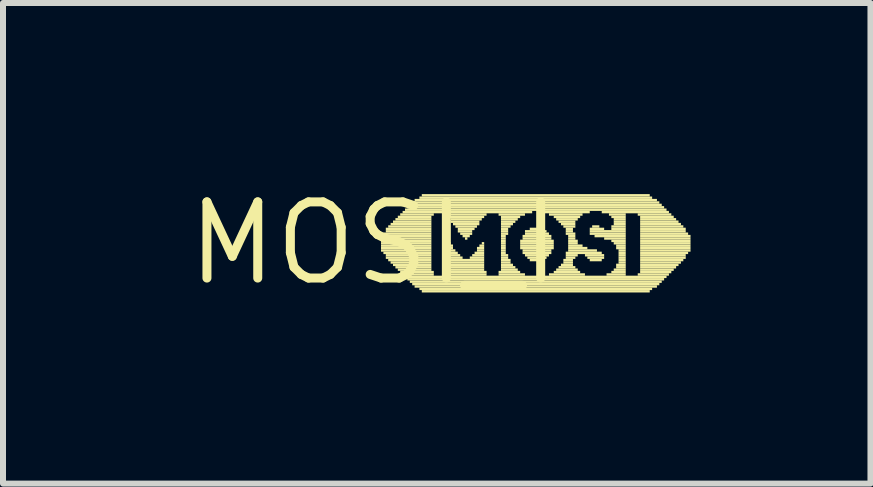
<source format=kicad_pcb>
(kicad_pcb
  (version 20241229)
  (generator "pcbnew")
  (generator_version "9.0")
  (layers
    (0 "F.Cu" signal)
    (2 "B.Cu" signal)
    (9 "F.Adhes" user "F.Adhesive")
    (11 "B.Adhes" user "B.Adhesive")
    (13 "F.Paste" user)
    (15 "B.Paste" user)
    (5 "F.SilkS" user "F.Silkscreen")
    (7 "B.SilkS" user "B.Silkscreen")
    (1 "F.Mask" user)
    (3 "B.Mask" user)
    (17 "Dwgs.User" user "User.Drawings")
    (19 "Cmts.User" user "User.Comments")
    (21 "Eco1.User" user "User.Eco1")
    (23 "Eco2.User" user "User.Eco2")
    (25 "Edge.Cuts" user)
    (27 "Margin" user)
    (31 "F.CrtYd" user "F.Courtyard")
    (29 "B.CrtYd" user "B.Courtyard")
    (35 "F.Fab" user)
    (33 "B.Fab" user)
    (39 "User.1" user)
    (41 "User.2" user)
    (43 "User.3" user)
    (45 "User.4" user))
  (footprint "MOSI_I"
    (layer "F.Cu")
    (at 3.182 1.006)
    (property "Reference" "MOSI_I" (at 0 0 0) (layer "F.SilkS") (effects (font (size 1.27 1.27) (thickness 0.15))))
    (fp_poly (pts (xy 0.12 -0.1) (xy 0.96 -0.1) (xy 0.96 -0.14) (xy 0.12 -0.14)) (stroke (width 0) (type default)) (fill yes) (layer "F.SilkS"))
    (fp_poly (pts (xy 0.12 -0.06) (xy 0.96 -0.06) (xy 0.96 -0.1) (xy 0.12 -0.1)) (stroke (width 0) (type default)) (fill yes) (layer "F.SilkS"))
    (fp_poly (pts (xy 0.12 -0.02) (xy 0.96 -0.02) (xy 0.96 -0.06) (xy 0.12 -0.06)) (stroke (width 0) (type default)) (fill yes) (layer "F.SilkS"))
    (fp_poly (pts (xy 0.12 0.02) (xy 0.96 0.02) (xy 0.96 -0.02) (xy 0.12 -0.02)) (stroke (width 0) (type default)) (fill yes) (layer "F.SilkS"))
    (fp_poly (pts (xy 0.12 0.06) (xy 0.96 0.06) (xy 0.96 0.02) (xy 0.12 0.02)) (stroke (width 0) (type default)) (fill yes) (layer "F.SilkS"))
    (fp_poly (pts (xy 0.12 0.1) (xy 0.96 0.1) (xy 0.96 0.06) (xy 0.12 0.06)) (stroke (width 0) (type default)) (fill yes) (layer "F.SilkS"))
    (fp_poly (pts (xy 0.12 0.14) (xy 0.96 0.14) (xy 0.96 0.1) (xy 0.12 0.1)) (stroke (width 0) (type default)) (fill yes) (layer "F.SilkS"))
    (fp_poly (pts (xy 0.16 -0.14) (xy 0.96 -0.14) (xy 0.96 -0.18) (xy 0.16 -0.18)) (stroke (width 0) (type default)) (fill yes) (layer "F.SilkS"))
    (fp_poly (pts (xy 0.16 0.18) (xy 0.96 0.18) (xy 0.96 0.14) (xy 0.16 0.14)) (stroke (width 0) (type default)) (fill yes) (layer "F.SilkS"))
    (fp_poly (pts (xy 0.2 -0.22) (xy 0.96 -0.22) (xy 0.96 -0.26) (xy 0.2 -0.26)) (stroke (width 0) (type default)) (fill yes) (layer "F.SilkS"))
    (fp_poly (pts (xy 0.2 -0.18) (xy 0.96 -0.18) (xy 0.96 -0.22) (xy 0.2 -0.22)) (stroke (width 0) (type default)) (fill yes) (layer "F.SilkS"))
    (fp_poly (pts (xy 0.2 0.22) (xy 0.96 0.22) (xy 0.96 0.18) (xy 0.2 0.18)) (stroke (width 0) (type default)) (fill yes) (layer "F.SilkS"))
    (fp_poly (pts (xy 0.2 0.26) (xy 0.96 0.26) (xy 0.96 0.22) (xy 0.2 0.22)) (stroke (width 0) (type default)) (fill yes) (layer "F.SilkS"))
    (fp_poly (pts (xy 0.24 -0.26) (xy 0.96 -0.26) (xy 0.96 -0.3) (xy 0.24 -0.3)) (stroke (width 0) (type default)) (fill yes) (layer "F.SilkS"))
    (fp_poly (pts (xy 0.24 0.3) (xy 0.96 0.3) (xy 0.96 0.26) (xy 0.24 0.26)) (stroke (width 0) (type default)) (fill yes) (layer "F.SilkS"))
    (fp_poly (pts (xy 0.28 -0.3) (xy 0.96 -0.3) (xy 0.96 -0.34) (xy 0.28 -0.34)) (stroke (width 0) (type default)) (fill yes) (layer "F.SilkS"))
    (fp_poly (pts (xy 0.28 0.34) (xy 0.96 0.34) (xy 0.96 0.3) (xy 0.28 0.3)) (stroke (width 0) (type default)) (fill yes) (layer "F.SilkS"))
    (fp_poly (pts (xy 0.32 -0.34) (xy 0.96 -0.34) (xy 0.96 -0.38) (xy 0.32 -0.38)) (stroke (width 0) (type default)) (fill yes) (layer "F.SilkS"))
    (fp_poly (pts (xy 0.32 0.38) (xy 0.96 0.38) (xy 0.96 0.34) (xy 0.32 0.34)) (stroke (width 0) (type default)) (fill yes) (layer "F.SilkS"))
    (fp_poly (pts (xy 0.36 -0.38) (xy 0.96 -0.38) (xy 0.96 -0.42) (xy 0.36 -0.42)) (stroke (width 0) (type default)) (fill yes) (layer "F.SilkS"))
    (fp_poly (pts (xy 0.36 0.42) (xy 0.96 0.42) (xy 0.96 0.38) (xy 0.36 0.38)) (stroke (width 0) (type default)) (fill yes) (layer "F.SilkS"))
    (fp_poly (pts (xy 0.4 -0.42) (xy 0.96 -0.42) (xy 0.96 -0.46) (xy 0.4 -0.46)) (stroke (width 0) (type default)) (fill yes) (layer "F.SilkS"))
    (fp_poly (pts (xy 0.4 0.46) (xy 0.96 0.46) (xy 0.96 0.42) (xy 0.4 0.42)) (stroke (width 0) (type default)) (fill yes) (layer "F.SilkS"))
    (fp_poly (pts (xy 0.44 -0.46) (xy 1 -0.46) (xy 1 -0.5) (xy 0.44 -0.5)) (stroke (width 0) (type default)) (fill yes) (layer "F.SilkS"))
    (fp_poly (pts (xy 0.44 0.5) (xy 1 0.5) (xy 1 0.46) (xy 0.44 0.46)) (stroke (width 0) (type default)) (fill yes) (layer "F.SilkS"))
    (fp_poly (pts (xy 0.48 -0.5) (xy 2.64 -0.5) (xy 2.64 -0.54) (xy 0.48 -0.54)) (stroke (width 0) (type default)) (fill yes) (layer "F.SilkS"))
    (fp_poly (pts (xy 0.48 0.54) (xy 1 0.54) (xy 1 0.5) (xy 0.48 0.5)) (stroke (width 0) (type default)) (fill yes) (layer "F.SilkS"))
    (fp_poly (pts (xy 0.52 -0.54) (xy 4.88 -0.54) (xy 4.88 -0.58) (xy 0.52 -0.58)) (stroke (width 0) (type default)) (fill yes) (layer "F.SilkS"))
    (fp_poly (pts (xy 0.52 0.58) (xy 4.88 0.58) (xy 4.88 0.54) (xy 0.52 0.54)) (stroke (width 0) (type default)) (fill yes) (layer "F.SilkS"))
    (fp_poly (pts (xy 0.56 -0.58) (xy 4.84 -0.58) (xy 4.84 -0.62) (xy 0.56 -0.62)) (stroke (width 0) (type default)) (fill yes) (layer "F.SilkS"))
    (fp_poly (pts (xy 0.56 0.62) (xy 4.84 0.62) (xy 4.84 0.58) (xy 0.56 0.58)) (stroke (width 0) (type default)) (fill yes) (layer "F.SilkS"))
    (fp_poly (pts (xy 0.6 -0.62) (xy 4.8 -0.62) (xy 4.8 -0.66) (xy 0.6 -0.66)) (stroke (width 0) (type default)) (fill yes) (layer "F.SilkS"))
    (fp_poly (pts (xy 0.6 0.66) (xy 4.8 0.66) (xy 4.8 0.62) (xy 0.6 0.62)) (stroke (width 0) (type default)) (fill yes) (layer "F.SilkS"))
    (fp_poly (pts (xy 0.64 -0.66) (xy 4.76 -0.66) (xy 4.76 -0.7) (xy 0.64 -0.7)) (stroke (width 0) (type default)) (fill yes) (layer "F.SilkS"))
    (fp_poly (pts (xy 0.64 0.7) (xy 4.76 0.7) (xy 4.76 0.66) (xy 0.64 0.66)) (stroke (width 0) (type default)) (fill yes) (layer "F.SilkS"))
    (fp_poly (pts (xy 0.68 -0.7) (xy 4.72 -0.7) (xy 4.72 -0.74) (xy 0.68 -0.74)) (stroke (width 0) (type default)) (fill yes) (layer "F.SilkS"))
    (fp_poly (pts (xy 0.68 0.74) (xy 4.72 0.74) (xy 4.72 0.7) (xy 0.68 0.7)) (stroke (width 0) (type default)) (fill yes) (layer "F.SilkS"))
    (fp_poly (pts (xy 0.76 -0.74) (xy 4.64 -0.74) (xy 4.64 -0.78) (xy 0.76 -0.78)) (stroke (width 0) (type default)) (fill yes) (layer "F.SilkS"))
    (fp_poly (pts (xy 0.76 0.78) (xy 4.64 0.78) (xy 4.64 0.74) (xy 0.76 0.74)) (stroke (width 0) (type default)) (fill yes) (layer "F.SilkS"))
    (fp_poly (pts (xy 0.8 -0.78) (xy 4.6 -0.78) (xy 4.6 -0.82) (xy 0.8 -0.82)) (stroke (width 0) (type default)) (fill yes) (layer "F.SilkS"))
    (fp_poly (pts (xy 0.8 0.82) (xy 4.6 0.82) (xy 4.6 0.78) (xy 0.8 0.78)) (stroke (width 0) (type default)) (fill yes) (layer "F.SilkS"))
    (fp_poly (pts (xy 1.2 -0.46) (xy 1.88 -0.46) (xy 1.88 -0.5) (xy 1.2 -0.5)) (stroke (width 0) (type default)) (fill yes) (layer "F.SilkS"))
    (fp_poly (pts (xy 1.2 0.5) (xy 1.88 0.5) (xy 1.88 0.46) (xy 1.2 0.46)) (stroke (width 0) (type default)) (fill yes) (layer "F.SilkS"))
    (fp_poly (pts (xy 1.2 0.54) (xy 1.88 0.54) (xy 1.88 0.5) (xy 1.2 0.5)) (stroke (width 0) (type default)) (fill yes) (layer "F.SilkS"))
    (fp_poly (pts (xy 1.24 -0.42) (xy 1.84 -0.42) (xy 1.84 -0.46) (xy 1.24 -0.46)) (stroke (width 0) (type default)) (fill yes) (layer "F.SilkS"))
    (fp_poly (pts (xy 1.24 0.02) (xy 1.28 0.02) (xy 1.28 -0.02) (xy 1.24 -0.02)) (stroke (width 0) (type default)) (fill yes) (layer "F.SilkS"))
    (fp_poly (pts (xy 1.24 0.06) (xy 1.32 0.06) (xy 1.32 0.02) (xy 1.24 0.02)) (stroke (width 0) (type default)) (fill yes) (layer "F.SilkS"))
    (fp_poly (pts (xy 1.24 0.1) (xy 1.32 0.1) (xy 1.32 0.06) (xy 1.24 0.06)) (stroke (width 0) (type default)) (fill yes) (layer "F.SilkS"))
    (fp_poly (pts (xy 1.24 0.14) (xy 1.36 0.14) (xy 1.36 0.1) (xy 1.24 0.1)) (stroke (width 0) (type default)) (fill yes) (layer "F.SilkS"))
    (fp_poly (pts (xy 1.24 0.18) (xy 1.4 0.18) (xy 1.4 0.14) (xy 1.24 0.14)) (stroke (width 0) (type default)) (fill yes) (layer "F.SilkS"))
    (fp_poly (pts (xy 1.24 0.22) (xy 1.44 0.22) (xy 1.44 0.18) (xy 1.24 0.18)) (stroke (width 0) (type default)) (fill yes) (layer "F.SilkS"))
    (fp_poly (pts (xy 1.24 0.26) (xy 1.48 0.26) (xy 1.48 0.22) (xy 1.24 0.22)) (stroke (width 0) (type default)) (fill yes) (layer "F.SilkS"))
    (fp_poly (pts (xy 1.24 0.3) (xy 1.84 0.3) (xy 1.84 0.26) (xy 1.24 0.26)) (stroke (width 0) (type default)) (fill yes) (layer "F.SilkS"))
    (fp_poly (pts (xy 1.24 0.34) (xy 1.84 0.34) (xy 1.84 0.3) (xy 1.24 0.3)) (stroke (width 0) (type default)) (fill yes) (layer "F.SilkS"))
    (fp_poly (pts (xy 1.24 0.38) (xy 1.84 0.38) (xy 1.84 0.34) (xy 1.24 0.34)) (stroke (width 0) (type default)) (fill yes) (layer "F.SilkS"))
    (fp_poly (pts (xy 1.24 0.42) (xy 1.84 0.42) (xy 1.84 0.38) (xy 1.24 0.38)) (stroke (width 0) (type default)) (fill yes) (layer "F.SilkS"))
    (fp_poly (pts (xy 1.24 0.46) (xy 1.84 0.46) (xy 1.84 0.42) (xy 1.24 0.42)) (stroke (width 0) (type default)) (fill yes) (layer "F.SilkS"))
    (fp_poly (pts (xy 1.28 -0.38) (xy 1.8 -0.38) (xy 1.8 -0.42) (xy 1.28 -0.42)) (stroke (width 0) (type default)) (fill yes) (layer "F.SilkS"))
    (fp_poly (pts (xy 1.28 -0.34) (xy 1.76 -0.34) (xy 1.76 -0.38) (xy 1.28 -0.38)) (stroke (width 0) (type default)) (fill yes) (layer "F.SilkS"))
    (fp_poly (pts (xy 1.32 -0.3) (xy 1.76 -0.3) (xy 1.76 -0.34) (xy 1.32 -0.34)) (stroke (width 0) (type default)) (fill yes) (layer "F.SilkS"))
    (fp_poly (pts (xy 1.36 -0.26) (xy 1.72 -0.26) (xy 1.72 -0.3) (xy 1.36 -0.3)) (stroke (width 0) (type default)) (fill yes) (layer "F.SilkS"))
    (fp_poly (pts (xy 1.4 -0.22) (xy 1.68 -0.22) (xy 1.68 -0.26) (xy 1.4 -0.26)) (stroke (width 0) (type default)) (fill yes) (layer "F.SilkS"))
    (fp_poly (pts (xy 1.4 -0.18) (xy 1.64 -0.18) (xy 1.64 -0.22) (xy 1.4 -0.22)) (stroke (width 0) (type default)) (fill yes) (layer "F.SilkS"))
    (fp_poly (pts (xy 1.44 -0.14) (xy 1.64 -0.14) (xy 1.64 -0.18) (xy 1.44 -0.18)) (stroke (width 0) (type default)) (fill yes) (layer "F.SilkS"))
    (fp_poly (pts (xy 1.48 -0.1) (xy 1.6 -0.1) (xy 1.6 -0.14) (xy 1.48 -0.14)) (stroke (width 0) (type default)) (fill yes) (layer "F.SilkS"))
    (fp_poly (pts (xy 1.52 -0.06) (xy 1.56 -0.06) (xy 1.56 -0.1) (xy 1.52 -0.1)) (stroke (width 0) (type default)) (fill yes) (layer "F.SilkS"))
    (fp_poly (pts (xy 1.6 0.26) (xy 1.84 0.26) (xy 1.84 0.22) (xy 1.6 0.22)) (stroke (width 0) (type default)) (fill yes) (layer "F.SilkS"))
    (fp_poly (pts (xy 1.64 0.22) (xy 1.84 0.22) (xy 1.84 0.18) (xy 1.64 0.18)) (stroke (width 0) (type default)) (fill yes) (layer "F.SilkS"))
    (fp_poly (pts (xy 1.68 0.18) (xy 1.84 0.18) (xy 1.84 0.14) (xy 1.68 0.14)) (stroke (width 0) (type default)) (fill yes) (layer "F.SilkS"))
    (fp_poly (pts (xy 1.72 0.1) (xy 1.84 0.1) (xy 1.84 0.06) (xy 1.72 0.06)) (stroke (width 0) (type default)) (fill yes) (layer "F.SilkS"))
    (fp_poly (pts (xy 1.72 0.14) (xy 1.84 0.14) (xy 1.84 0.1) (xy 1.72 0.1)) (stroke (width 0) (type default)) (fill yes) (layer "F.SilkS"))
    (fp_poly (pts (xy 1.76 0.06) (xy 1.84 0.06) (xy 1.84 0.02) (xy 1.76 0.02)) (stroke (width 0) (type default)) (fill yes) (layer "F.SilkS"))
    (fp_poly (pts (xy 1.8 0.02) (xy 1.84 0.02) (xy 1.84 -0.02) (xy 1.8 -0.02)) (stroke (width 0) (type default)) (fill yes) (layer "F.SilkS"))
    (fp_poly (pts (xy 2.08 -0.46) (xy 2.52 -0.46) (xy 2.52 -0.5) (xy 2.08 -0.5)) (stroke (width 0) (type default)) (fill yes) (layer "F.SilkS"))
    (fp_poly (pts (xy 2.08 0.5) (xy 2.44 0.5) (xy 2.44 0.46) (xy 2.08 0.46)) (stroke (width 0) (type default)) (fill yes) (layer "F.SilkS"))
    (fp_poly (pts (xy 2.08 0.54) (xy 2.52 0.54) (xy 2.52 0.5) (xy 2.08 0.5)) (stroke (width 0) (type default)) (fill yes) (layer "F.SilkS"))
    (fp_poly (pts (xy 2.12 -0.42) (xy 2.44 -0.42) (xy 2.44 -0.46) (xy 2.12 -0.46)) (stroke (width 0) (type default)) (fill yes) (layer "F.SilkS"))
    (fp_poly (pts (xy 2.12 -0.38) (xy 2.4 -0.38) (xy 2.4 -0.42) (xy 2.12 -0.42)) (stroke (width 0) (type default)) (fill yes) (layer "F.SilkS"))
    (fp_poly (pts (xy 2.12 -0.34) (xy 2.36 -0.34) (xy 2.36 -0.38) (xy 2.12 -0.38)) (stroke (width 0) (type default)) (fill yes) (layer "F.SilkS"))
    (fp_poly (pts (xy 2.12 -0.3) (xy 2.32 -0.3) (xy 2.32 -0.34) (xy 2.12 -0.34)) (stroke (width 0) (type default)) (fill yes) (layer "F.SilkS"))
    (fp_poly (pts (xy 2.12 -0.26) (xy 2.28 -0.26) (xy 2.28 -0.3) (xy 2.12 -0.3)) (stroke (width 0) (type default)) (fill yes) (layer "F.SilkS"))
    (fp_poly (pts (xy 2.12 -0.22) (xy 2.24 -0.22) (xy 2.24 -0.26) (xy 2.12 -0.26)) (stroke (width 0) (type default)) (fill yes) (layer "F.SilkS"))
    (fp_poly (pts (xy 2.12 -0.18) (xy 2.24 -0.18) (xy 2.24 -0.22) (xy 2.12 -0.22)) (stroke (width 0) (type default)) (fill yes) (layer "F.SilkS"))
    (fp_poly (pts (xy 2.12 -0.14) (xy 2.24 -0.14) (xy 2.24 -0.18) (xy 2.12 -0.18)) (stroke (width 0) (type default)) (fill yes) (layer "F.SilkS"))
    (fp_poly (pts (xy 2.12 -0.1) (xy 2.2 -0.1) (xy 2.2 -0.14) (xy 2.12 -0.14)) (stroke (width 0) (type default)) (fill yes) (layer "F.SilkS"))
    (fp_poly (pts (xy 2.12 -0.06) (xy 2.2 -0.06) (xy 2.2 -0.1) (xy 2.12 -0.1)) (stroke (width 0) (type default)) (fill yes) (layer "F.SilkS"))
    (fp_poly (pts (xy 2.12 -0.02) (xy 2.2 -0.02) (xy 2.2 -0.06) (xy 2.12 -0.06)) (stroke (width 0) (type default)) (fill yes) (layer "F.SilkS"))
    (fp_poly (pts (xy 2.12 0.02) (xy 2.2 0.02) (xy 2.2 -0.02) (xy 2.12 -0.02)) (stroke (width 0) (type default)) (fill yes) (layer "F.SilkS"))
    (fp_poly (pts (xy 2.12 0.06) (xy 2.2 0.06) (xy 2.2 0.02) (xy 2.12 0.02)) (stroke (width 0) (type default)) (fill yes) (layer "F.SilkS"))
    (fp_poly (pts (xy 2.12 0.1) (xy 2.2 0.1) (xy 2.2 0.06) (xy 2.12 0.06)) (stroke (width 0) (type default)) (fill yes) (layer "F.SilkS"))
    (fp_poly (pts (xy 2.12 0.14) (xy 2.2 0.14) (xy 2.2 0.1) (xy 2.12 0.1)) (stroke (width 0) (type default)) (fill yes) (layer "F.SilkS"))
    (fp_poly (pts (xy 2.12 0.18) (xy 2.2 0.18) (xy 2.2 0.14) (xy 2.12 0.14)) (stroke (width 0) (type default)) (fill yes) (layer "F.SilkS"))
    (fp_poly (pts (xy 2.12 0.22) (xy 2.24 0.22) (xy 2.24 0.18) (xy 2.12 0.18)) (stroke (width 0) (type default)) (fill yes) (layer "F.SilkS"))
    (fp_poly (pts (xy 2.12 0.26) (xy 2.24 0.26) (xy 2.24 0.22) (xy 2.12 0.22)) (stroke (width 0) (type default)) (fill yes) (layer "F.SilkS"))
    (fp_poly (pts (xy 2.12 0.3) (xy 2.28 0.3) (xy 2.28 0.26) (xy 2.12 0.26)) (stroke (width 0) (type default)) (fill yes) (layer "F.SilkS"))
    (fp_poly (pts (xy 2.12 0.34) (xy 2.28 0.34) (xy 2.28 0.3) (xy 2.12 0.3)) (stroke (width 0) (type default)) (fill yes) (layer "F.SilkS"))
    (fp_poly (pts (xy 2.12 0.38) (xy 2.32 0.38) (xy 2.32 0.34) (xy 2.12 0.34)) (stroke (width 0) (type default)) (fill yes) (layer "F.SilkS"))
    (fp_poly (pts (xy 2.12 0.42) (xy 2.36 0.42) (xy 2.36 0.38) (xy 2.12 0.38)) (stroke (width 0) (type default)) (fill yes) (layer "F.SilkS"))
    (fp_poly (pts (xy 2.12 0.46) (xy 2.4 0.46) (xy 2.4 0.42) (xy 2.12 0.42)) (stroke (width 0) (type default)) (fill yes) (layer "F.SilkS"))
    (fp_poly (pts (xy 2.44 -0.02) (xy 3 -0.02) (xy 3 -0.06) (xy 2.44 -0.06)) (stroke (width 0) (type default)) (fill yes) (layer "F.SilkS"))
    (fp_poly (pts (xy 2.44 0.02) (xy 3 0.02) (xy 3 -0.02) (xy 2.44 -0.02)) (stroke (width 0) (type default)) (fill yes) (layer "F.SilkS"))
    (fp_poly (pts (xy 2.44 0.06) (xy 3 0.06) (xy 3 0.02) (xy 2.44 0.02)) (stroke (width 0) (type default)) (fill yes) (layer "F.SilkS"))
    (fp_poly (pts (xy 2.44 0.1) (xy 3 0.1) (xy 3 0.06) (xy 2.44 0.06)) (stroke (width 0) (type default)) (fill yes) (layer "F.SilkS"))
    (fp_poly (pts (xy 2.48 -0.1) (xy 2.96 -0.1) (xy 2.96 -0.14) (xy 2.48 -0.14)) (stroke (width 0) (type default)) (fill yes) (layer "F.SilkS"))
    (fp_poly (pts (xy 2.48 -0.06) (xy 2.96 -0.06) (xy 2.96 -0.1) (xy 2.48 -0.1)) (stroke (width 0) (type default)) (fill yes) (layer "F.SilkS"))
    (fp_poly (pts (xy 2.48 0.14) (xy 2.96 0.14) (xy 2.96 0.1) (xy 2.48 0.1)) (stroke (width 0) (type default)) (fill yes) (layer "F.SilkS"))
    (fp_poly (pts (xy 2.48 0.18) (xy 2.96 0.18) (xy 2.96 0.14) (xy 2.48 0.14)) (stroke (width 0) (type default)) (fill yes) (layer "F.SilkS"))
    (fp_poly (pts (xy 2.52 -0.18) (xy 2.88 -0.18) (xy 2.88 -0.22) (xy 2.52 -0.22)) (stroke (width 0) (type default)) (fill yes) (layer "F.SilkS"))
    (fp_poly (pts (xy 2.52 -0.14) (xy 2.92 -0.14) (xy 2.92 -0.18) (xy 2.52 -0.18)) (stroke (width 0) (type default)) (fill yes) (layer "F.SilkS"))
    (fp_poly (pts (xy 2.52 0.22) (xy 2.92 0.22) (xy 2.92 0.18) (xy 2.52 0.18)) (stroke (width 0) (type default)) (fill yes) (layer "F.SilkS"))
    (fp_poly (pts (xy 2.56 0.26) (xy 2.88 0.26) (xy 2.88 0.22) (xy 2.56 0.22)) (stroke (width 0) (type default)) (fill yes) (layer "F.SilkS"))
    (fp_poly (pts (xy 2.6 -0.22) (xy 2.84 -0.22) (xy 2.84 -0.26) (xy 2.6 -0.26)) (stroke (width 0) (type default)) (fill yes) (layer "F.SilkS"))
    (fp_poly (pts (xy 2.6 0.3) (xy 2.84 0.3) (xy 2.84 0.26) (xy 2.6 0.26)) (stroke (width 0) (type default)) (fill yes) (layer "F.SilkS"))
    (fp_poly (pts (xy 2.8 -0.5) (xy 3.6 -0.5) (xy 3.6 -0.54) (xy 2.8 -0.54)) (stroke (width 0) (type default)) (fill yes) (layer "F.SilkS"))
    (fp_poly (pts (xy 2.92 -0.46) (xy 3.48 -0.46) (xy 3.48 -0.5) (xy 2.92 -0.5)) (stroke (width 0) (type default)) (fill yes) (layer "F.SilkS"))
    (fp_poly (pts (xy 2.92 0.54) (xy 3.52 0.54) (xy 3.52 0.5) (xy 2.92 0.5)) (stroke (width 0) (type default)) (fill yes) (layer "F.SilkS"))
    (fp_poly (pts (xy 3 -0.42) (xy 3.44 -0.42) (xy 3.44 -0.46) (xy 3 -0.46)) (stroke (width 0) (type default)) (fill yes) (layer "F.SilkS"))
    (fp_poly (pts (xy 3 0.5) (xy 3.44 0.5) (xy 3.44 0.46) (xy 3 0.46)) (stroke (width 0) (type default)) (fill yes) (layer "F.SilkS"))
    (fp_poly (pts (xy 3.04 -0.38) (xy 3.4 -0.38) (xy 3.4 -0.42) (xy 3.04 -0.42)) (stroke (width 0) (type default)) (fill yes) (layer "F.SilkS"))
    (fp_poly (pts (xy 3.04 0.46) (xy 3.4 0.46) (xy 3.4 0.42) (xy 3.04 0.42)) (stroke (width 0) (type default)) (fill yes) (layer "F.SilkS"))
    (fp_poly (pts (xy 3.08 -0.34) (xy 3.36 -0.34) (xy 3.36 -0.38) (xy 3.08 -0.38)) (stroke (width 0) (type default)) (fill yes) (layer "F.SilkS"))
    (fp_poly (pts (xy 3.08 0.42) (xy 3.36 0.42) (xy 3.36 0.38) (xy 3.08 0.38)) (stroke (width 0) (type default)) (fill yes) (layer "F.SilkS"))
    (fp_poly (pts (xy 3.12 -0.3) (xy 3.36 -0.3) (xy 3.36 -0.34) (xy 3.12 -0.34)) (stroke (width 0) (type default)) (fill yes) (layer "F.SilkS"))
    (fp_poly (pts (xy 3.12 0.38) (xy 3.32 0.38) (xy 3.32 0.34) (xy 3.12 0.34)) (stroke (width 0) (type default)) (fill yes) (layer "F.SilkS"))
    (fp_poly (pts (xy 3.16 -0.26) (xy 3.36 -0.26) (xy 3.36 -0.3) (xy 3.16 -0.3)) (stroke (width 0) (type default)) (fill yes) (layer "F.SilkS"))
    (fp_poly (pts (xy 3.16 0.3) (xy 3.32 0.3) (xy 3.32 0.26) (xy 3.16 0.26)) (stroke (width 0) (type default)) (fill yes) (layer "F.SilkS"))
    (fp_poly (pts (xy 3.16 0.34) (xy 3.32 0.34) (xy 3.32 0.3) (xy 3.16 0.3)) (stroke (width 0) (type default)) (fill yes) (layer "F.SilkS"))
    (fp_poly (pts (xy 3.2 -0.22) (xy 3.32 -0.22) (xy 3.32 -0.26) (xy 3.2 -0.26)) (stroke (width 0) (type default)) (fill yes) (layer "F.SilkS"))
    (fp_poly (pts (xy 3.2 -0.18) (xy 3.32 -0.18) (xy 3.32 -0.22) (xy 3.2 -0.22)) (stroke (width 0) (type default)) (fill yes) (layer "F.SilkS"))
    (fp_poly (pts (xy 3.2 -0.14) (xy 3.36 -0.14) (xy 3.36 -0.18) (xy 3.2 -0.18)) (stroke (width 0) (type default)) (fill yes) (layer "F.SilkS"))
    (fp_poly (pts (xy 3.2 0.18) (xy 3.8 0.18) (xy 3.8 0.14) (xy 3.2 0.14)) (stroke (width 0) (type default)) (fill yes) (layer "F.SilkS"))
    (fp_poly (pts (xy 3.2 0.22) (xy 3.4 0.22) (xy 3.4 0.18) (xy 3.2 0.18)) (stroke (width 0) (type default)) (fill yes) (layer "F.SilkS"))
    (fp_poly (pts (xy 3.2 0.26) (xy 3.36 0.26) (xy 3.36 0.22) (xy 3.2 0.22)) (stroke (width 0) (type default)) (fill yes) (layer "F.SilkS"))
    (fp_poly (pts (xy 3.24 -0.1) (xy 3.36 -0.1) (xy 3.36 -0.14) (xy 3.24 -0.14)) (stroke (width 0) (type default)) (fill yes) (layer "F.SilkS"))
    (fp_poly (pts (xy 3.24 -0.06) (xy 3.36 -0.06) (xy 3.36 -0.1) (xy 3.24 -0.1)) (stroke (width 0) (type default)) (fill yes) (layer "F.SilkS"))
    (fp_poly (pts (xy 3.24 -0.02) (xy 3.4 -0.02) (xy 3.4 -0.06) (xy 3.24 -0.06)) (stroke (width 0) (type default)) (fill yes) (layer "F.SilkS"))
    (fp_poly (pts (xy 3.24 0.02) (xy 3.4 0.02) (xy 3.4 -0.02) (xy 3.24 -0.02)) (stroke (width 0) (type default)) (fill yes) (layer "F.SilkS"))
    (fp_poly (pts (xy 3.24 0.06) (xy 3.48 0.06) (xy 3.48 0.02) (xy 3.24 0.02)) (stroke (width 0) (type default)) (fill yes) (layer "F.SilkS"))
    (fp_poly (pts (xy 3.24 0.1) (xy 3.56 0.1) (xy 3.56 0.06) (xy 3.24 0.06)) (stroke (width 0) (type default)) (fill yes) (layer "F.SilkS"))
    (fp_poly (pts (xy 3.24 0.14) (xy 3.72 0.14) (xy 3.72 0.1) (xy 3.24 0.1)) (stroke (width 0) (type default)) (fill yes) (layer "F.SilkS"))
    (fp_poly (pts (xy 3.52 0.22) (xy 3.84 0.22) (xy 3.84 0.18) (xy 3.52 0.18)) (stroke (width 0) (type default)) (fill yes) (layer "F.SilkS"))
    (fp_poly (pts (xy 3.56 0.26) (xy 3.84 0.26) (xy 3.84 0.22) (xy 3.56 0.22)) (stroke (width 0) (type default)) (fill yes) (layer "F.SilkS"))
    (fp_poly (pts (xy 3.6 -0.22) (xy 3.84 -0.22) (xy 3.84 -0.26) (xy 3.6 -0.26)) (stroke (width 0) (type default)) (fill yes) (layer "F.SilkS"))
    (fp_poly (pts (xy 3.6 -0.18) (xy 4.2 -0.18) (xy 4.2 -0.22) (xy 3.6 -0.22)) (stroke (width 0) (type default)) (fill yes) (layer "F.SilkS"))
    (fp_poly (pts (xy 3.6 -0.14) (xy 4.2 -0.14) (xy 4.2 -0.18) (xy 3.6 -0.18)) (stroke (width 0) (type default)) (fill yes) (layer "F.SilkS"))
    (fp_poly (pts (xy 3.6 0.3) (xy 3.8 0.3) (xy 3.8 0.26) (xy 3.6 0.26)) (stroke (width 0) (type default)) (fill yes) (layer "F.SilkS"))
    (fp_poly (pts (xy 3.64 -0.26) (xy 3.76 -0.26) (xy 3.76 -0.3) (xy 3.64 -0.3)) (stroke (width 0) (type default)) (fill yes) (layer "F.SilkS"))
    (fp_poly (pts (xy 3.68 -0.1) (xy 4.2 -0.1) (xy 4.2 -0.14) (xy 3.68 -0.14)) (stroke (width 0) (type default)) (fill yes) (layer "F.SilkS"))
    (fp_poly (pts (xy 3.8 -0.5) (xy 4.92 -0.5) (xy 4.92 -0.54) (xy 3.8 -0.54)) (stroke (width 0) (type default)) (fill yes) (layer "F.SilkS"))
    (fp_poly (pts (xy 3.84 -0.06) (xy 4.2 -0.06) (xy 4.2 -0.1) (xy 3.84 -0.1)) (stroke (width 0) (type default)) (fill yes) (layer "F.SilkS"))
    (fp_poly (pts (xy 3.88 0.54) (xy 4.2 0.54) (xy 4.2 0.5) (xy 3.88 0.5)) (stroke (width 0) (type default)) (fill yes) (layer "F.SilkS"))
    (fp_poly (pts (xy 3.92 -0.46) (xy 4.2 -0.46) (xy 4.2 -0.5) (xy 3.92 -0.5)) (stroke (width 0) (type default)) (fill yes) (layer "F.SilkS"))
    (fp_poly (pts (xy 3.96 -0.42) (xy 4.2 -0.42) (xy 4.2 -0.46) (xy 3.96 -0.46)) (stroke (width 0) (type default)) (fill yes) (layer "F.SilkS"))
    (fp_poly (pts (xy 3.96 -0.26) (xy 4.2 -0.26) (xy 4.2 -0.3) (xy 3.96 -0.3)) (stroke (width 0) (type default)) (fill yes) (layer "F.SilkS"))
    (fp_poly (pts (xy 3.96 -0.22) (xy 4.2 -0.22) (xy 4.2 -0.26) (xy 3.96 -0.26)) (stroke (width 0) (type default)) (fill yes) (layer "F.SilkS"))
    (fp_poly (pts (xy 3.96 -0.02) (xy 4.2 -0.02) (xy 4.2 -0.06) (xy 3.96 -0.06)) (stroke (width 0) (type default)) (fill yes) (layer "F.SilkS"))
    (fp_poly (pts (xy 3.96 0.5) (xy 4.2 0.5) (xy 4.2 0.46) (xy 3.96 0.46)) (stroke (width 0) (type default)) (fill yes) (layer "F.SilkS"))
    (fp_poly (pts (xy 4 -0.38) (xy 4.2 -0.38) (xy 4.2 -0.42) (xy 4 -0.42)) (stroke (width 0) (type default)) (fill yes) (layer "F.SilkS"))
    (fp_poly (pts (xy 4 -0.34) (xy 4.2 -0.34) (xy 4.2 -0.38) (xy 4 -0.38)) (stroke (width 0) (type default)) (fill yes) (layer "F.SilkS"))
    (fp_poly (pts (xy 4 -0.3) (xy 4.2 -0.3) (xy 4.2 -0.34) (xy 4 -0.34)) (stroke (width 0) (type default)) (fill yes) (layer "F.SilkS"))
    (fp_poly (pts (xy 4 0.02) (xy 4.2 0.02) (xy 4.2 -0.02) (xy 4 -0.02)) (stroke (width 0) (type default)) (fill yes) (layer "F.SilkS"))
    (fp_poly (pts (xy 4 0.46) (xy 4.2 0.46) (xy 4.2 0.42) (xy 4 0.42)) (stroke (width 0) (type default)) (fill yes) (layer "F.SilkS"))
    (fp_poly (pts (xy 4.04 0.06) (xy 4.2 0.06) (xy 4.2 0.02) (xy 4.04 0.02)) (stroke (width 0) (type default)) (fill yes) (layer "F.SilkS"))
    (fp_poly (pts (xy 4.04 0.1) (xy 4.2 0.1) (xy 4.2 0.06) (xy 4.04 0.06)) (stroke (width 0) (type default)) (fill yes) (layer "F.SilkS"))
    (fp_poly (pts (xy 4.04 0.38) (xy 4.2 0.38) (xy 4.2 0.34) (xy 4.04 0.34)) (stroke (width 0) (type default)) (fill yes) (layer "F.SilkS"))
    (fp_poly (pts (xy 4.04 0.42) (xy 4.2 0.42) (xy 4.2 0.38) (xy 4.04 0.38)) (stroke (width 0) (type default)) (fill yes) (layer "F.SilkS"))
    (fp_poly (pts (xy 4.08 0.14) (xy 4.2 0.14) (xy 4.2 0.1) (xy 4.08 0.1)) (stroke (width 0) (type default)) (fill yes) (layer "F.SilkS"))
    (fp_poly (pts (xy 4.08 0.18) (xy 4.2 0.18) (xy 4.2 0.14) (xy 4.08 0.14)) (stroke (width 0) (type default)) (fill yes) (layer "F.SilkS"))
    (fp_poly (pts (xy 4.08 0.22) (xy 4.2 0.22) (xy 4.2 0.18) (xy 4.08 0.18)) (stroke (width 0) (type default)) (fill yes) (layer "F.SilkS"))
    (fp_poly (pts (xy 4.08 0.26) (xy 4.2 0.26) (xy 4.2 0.22) (xy 4.08 0.22)) (stroke (width 0) (type default)) (fill yes) (layer "F.SilkS"))
    (fp_poly (pts (xy 4.08 0.3) (xy 4.2 0.3) (xy 4.2 0.26) (xy 4.08 0.26)) (stroke (width 0) (type default)) (fill yes) (layer "F.SilkS"))
    (fp_poly (pts (xy 4.08 0.34) (xy 4.2 0.34) (xy 4.2 0.3) (xy 4.08 0.3)) (stroke (width 0) (type default)) (fill yes) (layer "F.SilkS"))
    (fp_poly (pts (xy 4.4 -0.46) (xy 4.96 -0.46) (xy 4.96 -0.5) (xy 4.4 -0.5)) (stroke (width 0) (type default)) (fill yes) (layer "F.SilkS"))
    (fp_poly (pts (xy 4.4 0.54) (xy 4.92 0.54) (xy 4.92 0.5) (xy 4.4 0.5)) (stroke (width 0) (type default)) (fill yes) (layer "F.SilkS"))
    (fp_poly (pts (xy 4.44 -0.42) (xy 5 -0.42) (xy 5 -0.46) (xy 4.44 -0.46)) (stroke (width 0) (type default)) (fill yes) (layer "F.SilkS"))
    (fp_poly (pts (xy 4.44 -0.38) (xy 5.04 -0.38) (xy 5.04 -0.42) (xy 4.44 -0.42)) (stroke (width 0) (type default)) (fill yes) (layer "F.SilkS"))
    (fp_poly (pts (xy 4.44 -0.34) (xy 5.08 -0.34) (xy 5.08 -0.38) (xy 4.44 -0.38)) (stroke (width 0) (type default)) (fill yes) (layer "F.SilkS"))
    (fp_poly (pts (xy 4.44 -0.3) (xy 5.12 -0.3) (xy 5.12 -0.34) (xy 4.44 -0.34)) (stroke (width 0) (type default)) (fill yes) (layer "F.SilkS"))
    (fp_poly (pts (xy 4.44 -0.26) (xy 5.16 -0.26) (xy 5.16 -0.3) (xy 4.44 -0.3)) (stroke (width 0) (type default)) (fill yes) (layer "F.SilkS"))
    (fp_poly (pts (xy 4.44 -0.22) (xy 5.2 -0.22) (xy 5.2 -0.26) (xy 4.44 -0.26)) (stroke (width 0) (type default)) (fill yes) (layer "F.SilkS"))
    (fp_poly (pts (xy 4.44 -0.18) (xy 5.2 -0.18) (xy 5.2 -0.22) (xy 4.44 -0.22)) (stroke (width 0) (type default)) (fill yes) (layer "F.SilkS"))
    (fp_poly (pts (xy 4.44 -0.14) (xy 5.24 -0.14) (xy 5.24 -0.18) (xy 4.44 -0.18)) (stroke (width 0) (type default)) (fill yes) (layer "F.SilkS"))
    (fp_poly (pts (xy 4.44 -0.1) (xy 5.28 -0.1) (xy 5.28 -0.14) (xy 4.44 -0.14)) (stroke (width 0) (type default)) (fill yes) (layer "F.SilkS"))
    (fp_poly (pts (xy 4.44 -0.06) (xy 5.28 -0.06) (xy 5.28 -0.1) (xy 4.44 -0.1)) (stroke (width 0) (type default)) (fill yes) (layer "F.SilkS"))
    (fp_poly (pts (xy 4.44 -0.02) (xy 5.28 -0.02) (xy 5.28 -0.06) (xy 4.44 -0.06)) (stroke (width 0) (type default)) (fill yes) (layer "F.SilkS"))
    (fp_poly (pts (xy 4.44 0.02) (xy 5.28 0.02) (xy 5.28 -0.02) (xy 4.44 -0.02)) (stroke (width 0) (type default)) (fill yes) (layer "F.SilkS"))
    (fp_poly (pts (xy 4.44 0.06) (xy 5.28 0.06) (xy 5.28 0.02) (xy 4.44 0.02)) (stroke (width 0) (type default)) (fill yes) (layer "F.SilkS"))
    (fp_poly (pts (xy 4.44 0.1) (xy 5.28 0.1) (xy 5.28 0.06) (xy 4.44 0.06)) (stroke (width 0) (type default)) (fill yes) (layer "F.SilkS"))
    (fp_poly (pts (xy 4.44 0.14) (xy 5.28 0.14) (xy 5.28 0.1) (xy 4.44 0.1)) (stroke (width 0) (type default)) (fill yes) (layer "F.SilkS"))
    (fp_poly (pts (xy 4.44 0.18) (xy 5.24 0.18) (xy 5.24 0.14) (xy 4.44 0.14)) (stroke (width 0) (type default)) (fill yes) (layer "F.SilkS"))
    (fp_poly (pts (xy 4.44 0.22) (xy 5.2 0.22) (xy 5.2 0.18) (xy 4.44 0.18)) (stroke (width 0) (type default)) (fill yes) (layer "F.SilkS"))
    (fp_poly (pts (xy 4.44 0.26) (xy 5.2 0.26) (xy 5.2 0.22) (xy 4.44 0.22)) (stroke (width 0) (type default)) (fill yes) (layer "F.SilkS"))
    (fp_poly (pts (xy 4.44 0.3) (xy 5.16 0.3) (xy 5.16 0.26) (xy 4.44 0.26)) (stroke (width 0) (type default)) (fill yes) (layer "F.SilkS"))
    (fp_poly (pts (xy 4.44 0.34) (xy 5.12 0.34) (xy 5.12 0.3) (xy 4.44 0.3)) (stroke (width 0) (type default)) (fill yes) (layer "F.SilkS"))
    (fp_poly (pts (xy 4.44 0.38) (xy 5.08 0.38) (xy 5.08 0.34) (xy 4.44 0.34)) (stroke (width 0) (type default)) (fill yes) (layer "F.SilkS"))
    (fp_poly (pts (xy 4.44 0.42) (xy 5.04 0.42) (xy 5.04 0.38) (xy 4.44 0.38)) (stroke (width 0) (type default)) (fill yes) (layer "F.SilkS"))
    (fp_poly (pts (xy 4.44 0.46) (xy 5 0.46) (xy 5 0.42) (xy 4.44 0.42)) (stroke (width 0) (type default)) (fill yes) (layer "F.SilkS"))
    (fp_poly (pts (xy 4.44 0.5) (xy 4.96 0.5) (xy 4.96 0.46) (xy 4.44 0.46)) (stroke (width 0) (type default)) (fill yes) (layer "F.SilkS")))
  (gr_rect
    (start -3 -3)
    (end 11.462 5.012)
    (stroke (width 0.1) (type default))
    (fill no)
    (layer "Edge.Cuts")))
</source>
